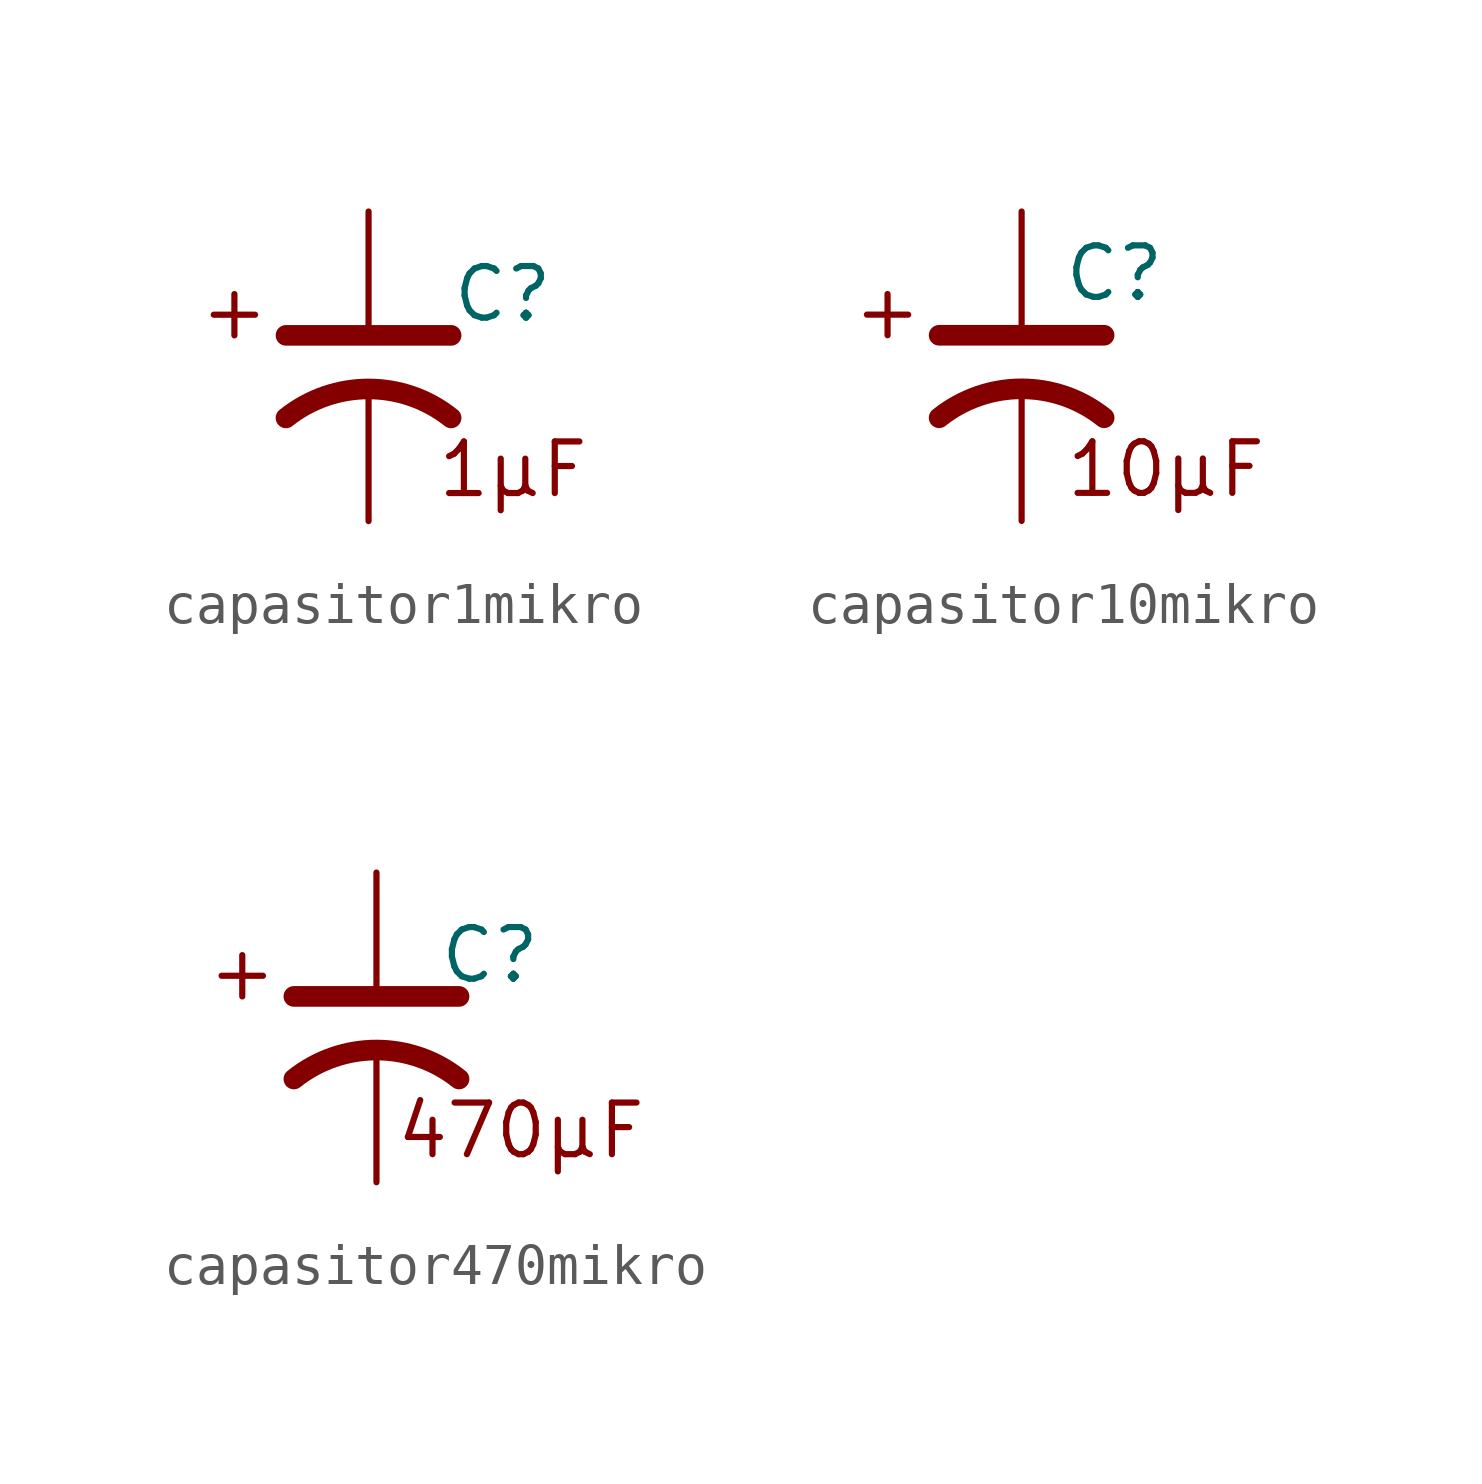
<source format=kicad_sym>
(kicad_symbol_lib
  (version 20231120)
  (generator "kicad_symbol_editor")
  (generator_version "8.0")
  (symbol "capasitor1mikro"
    (property "Reference" "C"
      (at 3.302 1.778 0)
      (effects (font (size 1.27 1.27))))
    (property "Value" ""
      (at 1.27 0 0)
      (effects (font (size 1.27 1.27))))
    (symbol "capasitor1mikro_0_1"
      (polyline (pts (xy -3.81 1.27) (xy -2.794 1.27)) (stroke (width 0) (type default)) (fill (type none)))
      (polyline (pts (xy -3.302 0.762) (xy -3.302 1.778)) (stroke (width 0) (type default)) (fill (type none)))
      (polyline (pts (xy -2.032 0.762) (xy 2.032 0.762)) (stroke (width 0.508) (type default)) (fill (type none)))
      (arc (start 2.032 -1.2701) (mid 0 -0.5573) (end -2.032 -1.2701) (stroke (width 0.508) (type default)) (fill (type none))))
    (symbol "capasitor1mikro_1_1"
      (text "1µF" (at 3.556 -2.54 0) (effects (font (size 1.27 1.27))))
      (pin passive line (at 0 -3.81 90) (length 3.302) (name "~" (effects (font (size 1.27 1.27)))) (number "" (effects (font (size 1.27 1.27)))))
      (pin passive line (at 0 3.81 270) (length 2.794) (name "~" (effects (font (size 1.27 1.27)))) (number "" (effects (font (size 1.27 1.27)))))))
  (symbol "capasitor10mikro"
    (property "Reference" "C"
      (at 2.286 2.286 0)
      (effects (font (size 1.27 1.27))))
    (property "Value" ""
      (at -3.81 -1.27 0)
      (effects (font (size 1.27 1.27))))
    (symbol "capasitor10mikro_0_1"
      (polyline (pts (xy -3.81 1.27) (xy -2.794 1.27)) (stroke (width 0) (type default)) (fill (type none)))
      (polyline (pts (xy -3.302 0.762) (xy -3.302 1.778)) (stroke (width 0) (type default)) (fill (type none)))
      (polyline (pts (xy -2.032 0.762) (xy 2.032 0.762)) (stroke (width 0.508) (type default)) (fill (type none)))
      (arc (start 2.032 -1.2701) (mid 0 -0.5573) (end -2.032 -1.2701) (stroke (width 0.508) (type default)) (fill (type none))))
    (symbol "capasitor10mikro_1_1"
      (text "10µF" (at 3.556 -2.54 0) (effects (font (size 1.27 1.27))))
      (pin passive line (at 0 -3.81 90) (length 3.302) (name "~" (effects (font (size 1.27 1.27)))) (number "" (effects (font (size 1.27 1.27)))))
      (pin passive line (at 0 3.81 270) (length 2.794) (name "~" (effects (font (size 1.27 1.27)))) (number "" (effects (font (size 1.27 1.27)))))))
  (symbol "capasitor470mikro"
    (property "Reference" "C"
      (at 2.794 1.778 0)
      (effects (font (size 1.27 1.27))))
    (property "Value" ""
      (at 3.556 2.032 0)
      (effects (font (size 1.27 1.27))))
    (symbol "capasitor470mikro_0_1"
      (polyline (pts (xy -3.81 1.27) (xy -2.794 1.27)) (stroke (width 0) (type default)) (fill (type none)))
      (polyline (pts (xy -3.302 0.762) (xy -3.302 1.778)) (stroke (width 0) (type default)) (fill (type none)))
      (polyline (pts (xy -2.032 0.762) (xy 2.032 0.762)) (stroke (width 0.508) (type default)) (fill (type none)))
      (arc (start 2.032 -1.2701) (mid 0 -0.5573) (end -2.032 -1.2701) (stroke (width 0.508) (type default)) (fill (type none))))
    (symbol "capasitor470mikro_1_1"
      (text "470µF" (at 3.556 -2.54 0) (effects (font (size 1.27 1.27))))
      (pin passive line (at 0 -3.81 90) (length 3.302) (name "~" (effects (font (size 1.27 1.27)))) (number "" (effects (font (size 1.27 1.27)))))
      (pin passive line (at 0 3.81 270) (length 2.794) (name "~" (effects (font (size 1.27 1.27)))) (number "" (effects (font (size 1.27 1.27))))))))
</source>
